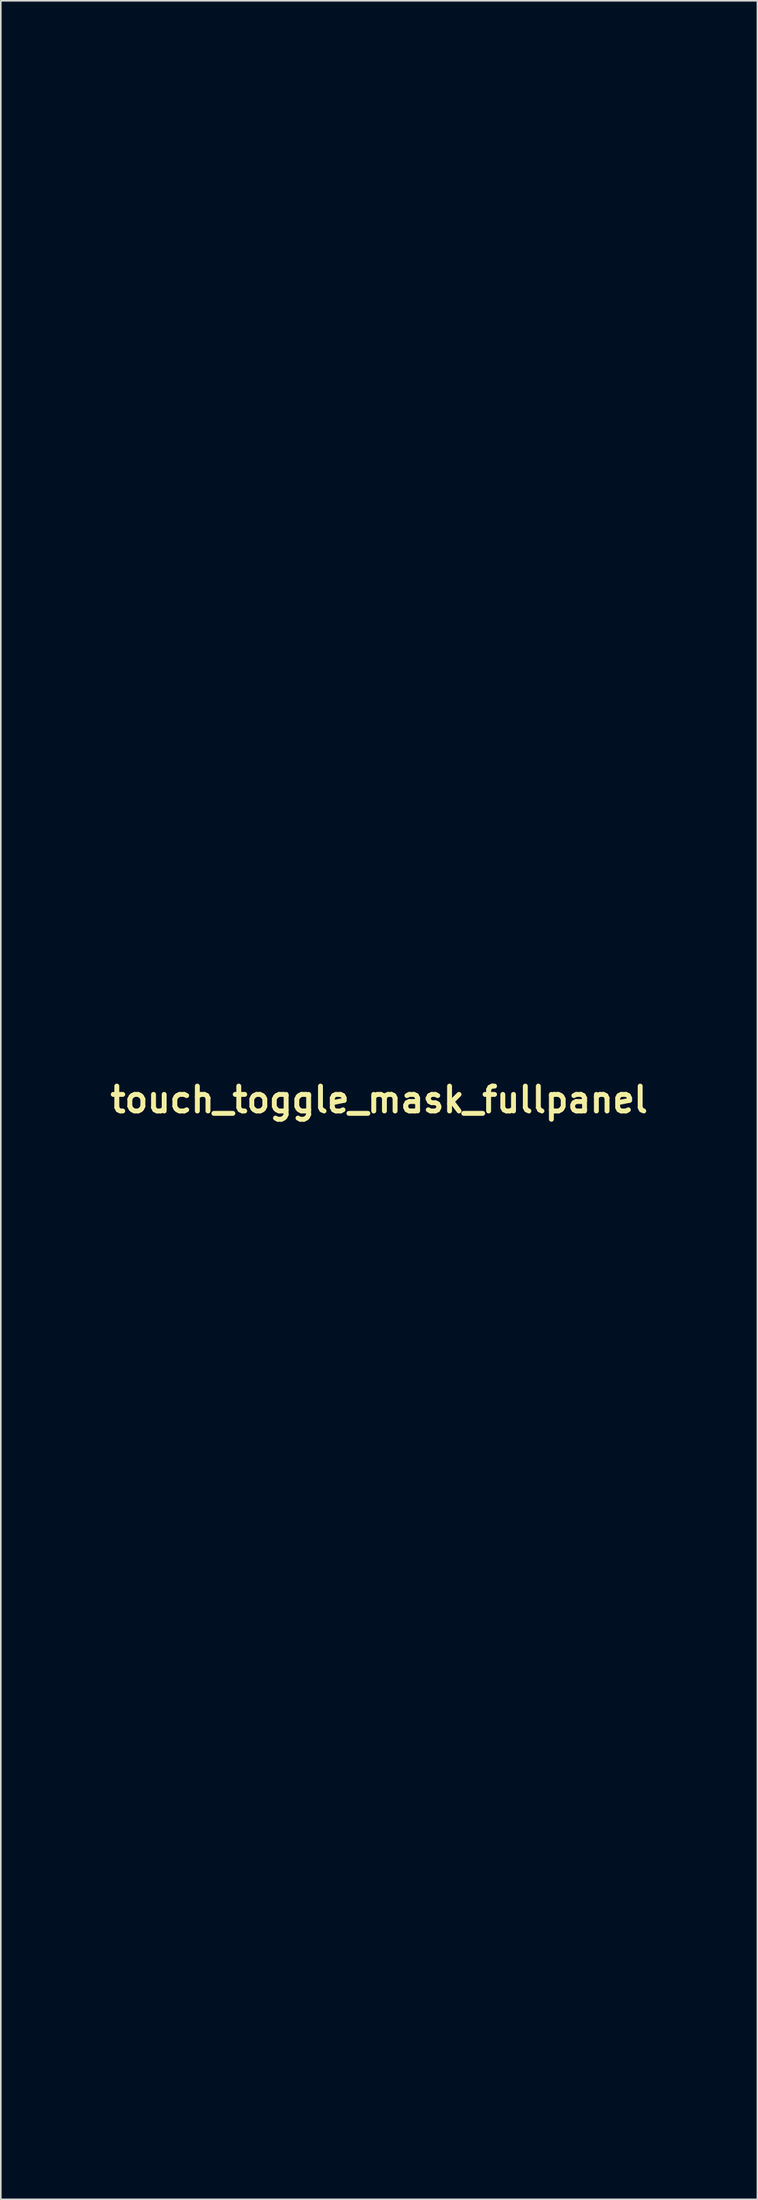
<source format=kicad_pcb>
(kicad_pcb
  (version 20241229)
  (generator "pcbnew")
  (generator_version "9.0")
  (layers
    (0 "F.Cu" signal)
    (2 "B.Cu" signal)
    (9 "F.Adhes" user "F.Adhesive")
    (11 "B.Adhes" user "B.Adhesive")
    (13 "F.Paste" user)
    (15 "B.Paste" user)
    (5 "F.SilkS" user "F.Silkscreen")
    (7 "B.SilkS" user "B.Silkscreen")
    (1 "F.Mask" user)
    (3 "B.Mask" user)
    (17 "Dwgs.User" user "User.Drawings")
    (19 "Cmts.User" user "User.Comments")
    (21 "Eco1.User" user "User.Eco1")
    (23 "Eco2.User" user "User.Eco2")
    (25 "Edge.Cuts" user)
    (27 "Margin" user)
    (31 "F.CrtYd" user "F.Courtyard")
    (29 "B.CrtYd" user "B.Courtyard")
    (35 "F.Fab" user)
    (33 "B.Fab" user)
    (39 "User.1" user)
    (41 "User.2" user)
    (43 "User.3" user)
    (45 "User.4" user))
  (footprint "touch_toggle_mask_fullpanel"
    (layer "F.Cu")
    (at 20.184 64.327)
    (property "Reference" "touch_toggle_mask_fullpanel" (at 0 0 0) (layer "F.SilkS") (effects (font (size 1.524 1.524) (thickness 0.3))))
    (attr board_only exclude_from_pos_files exclude_from_bom)
    (fp_poly (pts (xy 20.184 64.369) (xy -20.184 64.369) (xy -20.184 -64.327) (xy 20.184 -64.327)) (stroke (width 0) (type solid)) (fill yes) (layer "F.Mask")))
  (gr_rect
    (start -3 -3)
    (end 43.369 131.696)
    (stroke (width 0.1) (type default))
    (fill no)
    (layer "Edge.Cuts")))
</source>
